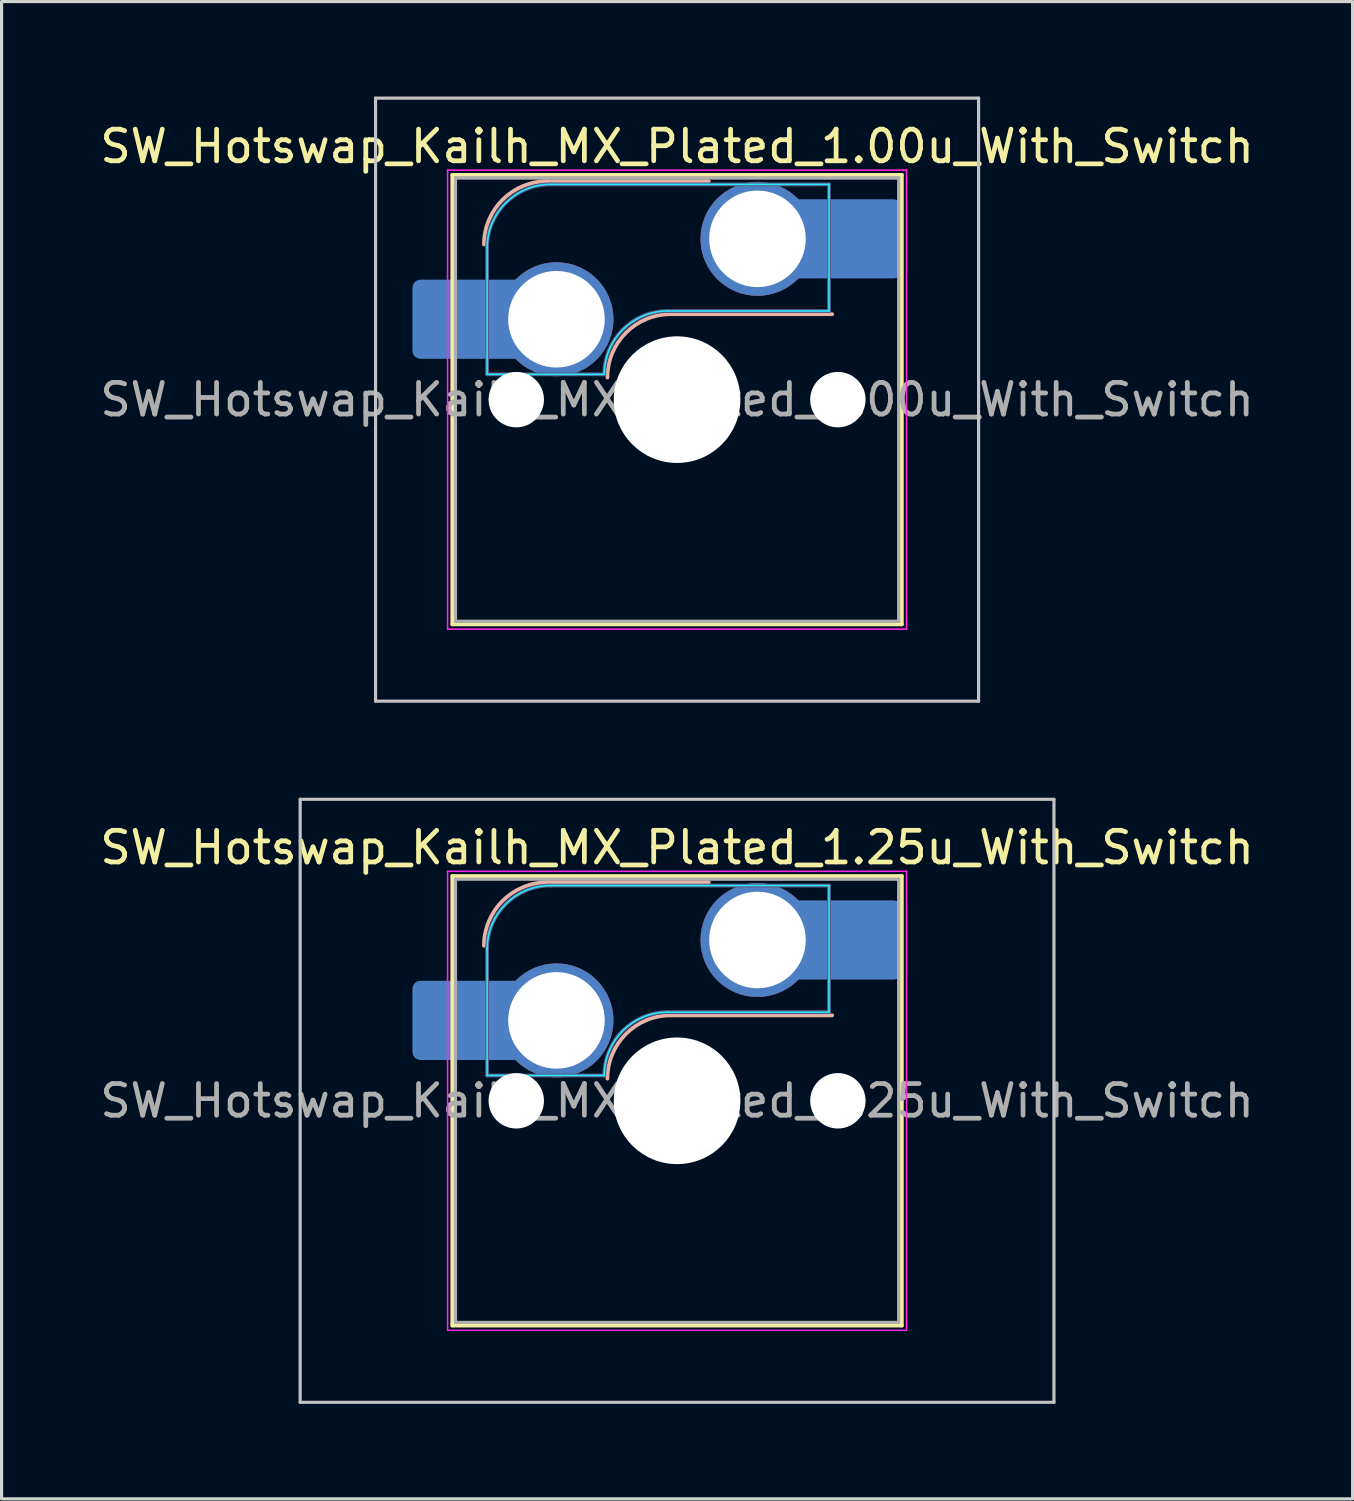
<source format=kicad_pcb>
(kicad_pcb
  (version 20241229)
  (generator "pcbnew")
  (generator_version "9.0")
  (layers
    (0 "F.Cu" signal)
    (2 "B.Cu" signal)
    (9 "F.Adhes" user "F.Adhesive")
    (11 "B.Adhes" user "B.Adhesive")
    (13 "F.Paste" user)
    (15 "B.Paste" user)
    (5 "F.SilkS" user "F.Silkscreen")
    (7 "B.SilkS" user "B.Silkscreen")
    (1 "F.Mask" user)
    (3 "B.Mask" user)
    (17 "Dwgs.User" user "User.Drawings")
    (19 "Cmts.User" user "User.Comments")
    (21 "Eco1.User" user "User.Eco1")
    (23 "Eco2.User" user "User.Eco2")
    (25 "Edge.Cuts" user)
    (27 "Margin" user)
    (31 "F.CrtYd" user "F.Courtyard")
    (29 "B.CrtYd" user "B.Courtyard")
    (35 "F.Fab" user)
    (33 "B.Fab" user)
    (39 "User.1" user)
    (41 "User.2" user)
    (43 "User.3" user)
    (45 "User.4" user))
  (footprint "SW_Hotswap_Kailh_MX_Plated_1.00u_With_Switch"
    (layer "F.Cu")
    (at 18.339 9.575)
    (property "Reference" "SW_Hotswap_Kailh_MX_Plated_1.00u_With_Switch" (at 0 -8 0) (layer "F.SilkS") (effects (font (size 1 1) (thickness 0.15))))
    (attr smd)
    (fp_line (start -7.1 -7.1) (end -7.1 7.1) (stroke (width 0.12) (type solid)) (layer "F.SilkS"))
    (fp_line (start -7.1 7.1) (end 7.1 7.1) (stroke (width 0.12) (type solid)) (layer "F.SilkS"))
    (fp_line (start 7.1 -7.1) (end -7.1 -7.1) (stroke (width 0.12) (type solid)) (layer "F.SilkS"))
    (fp_line (start 7.1 7.1) (end 7.1 -7.1) (stroke (width 0.12) (type solid)) (layer "F.SilkS"))
    (fp_line (start -4.1 -6.9) (end 1 -6.9) (stroke (width 0.12) (type solid)) (layer "B.SilkS"))
    (fp_line (start -0.2 -2.7) (end 4.9 -2.7) (stroke (width 0.12) (type solid)) (layer "B.SilkS"))
    (fp_arc (start -6.1 -4.9) (mid -5.514214 -6.314214) (end -4.1 -6.9) (stroke (width 0.12) (type solid)) (layer "B.SilkS"))
    (fp_arc (start -2.2 -0.7) (mid -1.614214 -2.114214) (end -0.2 -2.7) (stroke (width 0.12) (type solid)) (layer "B.SilkS"))
    (fp_line (start -9.525 -9.525) (end -9.525 9.525) (stroke (width 0.1) (type solid)) (layer "Dwgs.User"))
    (fp_line (start -9.525 9.525) (end 9.525 9.525) (stroke (width 0.1) (type solid)) (layer "Dwgs.User"))
    (fp_line (start 9.525 -9.525) (end -9.525 -9.525) (stroke (width 0.1) (type solid)) (layer "Dwgs.User"))
    (fp_line (start 9.525 9.525) (end 9.525 -9.525) (stroke (width 0.1) (type solid)) (layer "Dwgs.User"))
    (fp_line (start -7.8 -6) (end -7 -6) (stroke (width 0.1) (type solid)) (layer "Eco1.User"))
    (fp_line (start -7.8 -2.9) (end -7.8 -6) (stroke (width 0.1) (type solid)) (layer "Eco1.User"))
    (fp_line (start -7.8 2.9) (end -7 2.9) (stroke (width 0.1) (type solid)) (layer "Eco1.User"))
    (fp_line (start -7.8 6) (end -7.8 2.9) (stroke (width 0.1) (type solid)) (layer "Eco1.User"))
    (fp_line (start -7 -7) (end 7 -7) (stroke (width 0.1) (type solid)) (layer "Eco1.User"))
    (fp_line (start -7 -6) (end -7 -7) (stroke (width 0.1) (type solid)) (layer "Eco1.User"))
    (fp_line (start -7 -2.9) (end -7.8 -2.9) (stroke (width 0.1) (type solid)) (layer "Eco1.User"))
    (fp_line (start -7 2.9) (end -7 -2.9) (stroke (width 0.1) (type solid)) (layer "Eco1.User"))
    (fp_line (start -7 6) (end -7.8 6) (stroke (width 0.1) (type solid)) (layer "Eco1.User"))
    (fp_line (start -7 7) (end -7 6) (stroke (width 0.1) (type solid)) (layer "Eco1.User"))
    (fp_line (start 7 -7) (end 7 -6) (stroke (width 0.1) (type solid)) (layer "Eco1.User"))
    (fp_line (start 7 -6) (end 7.8 -6) (stroke (width 0.1) (type solid)) (layer "Eco1.User"))
    (fp_line (start 7 -2.9) (end 7 2.9) (stroke (width 0.1) (type solid)) (layer "Eco1.User"))
    (fp_line (start 7 2.9) (end 7.8 2.9) (stroke (width 0.1) (type solid)) (layer "Eco1.User"))
    (fp_line (start 7 6) (end 7 7) (stroke (width 0.1) (type solid)) (layer "Eco1.User"))
    (fp_line (start 7 7) (end -7 7) (stroke (width 0.1) (type solid)) (layer "Eco1.User"))
    (fp_line (start 7.8 -6) (end 7.8 -2.9) (stroke (width 0.1) (type solid)) (layer "Eco1.User"))
    (fp_line (start 7.8 -2.9) (end 7 -2.9) (stroke (width 0.1) (type solid)) (layer "Eco1.User"))
    (fp_line (start 7.8 2.9) (end 7.8 6) (stroke (width 0.1) (type solid)) (layer "Eco1.User"))
    (fp_line (start 7.8 6) (end 7 6) (stroke (width 0.1) (type solid)) (layer "Eco1.User"))
    (fp_line (start -6 -0.8) (end -6 -4.8) (stroke (width 0.05) (type solid)) (layer "B.CrtYd"))
    (fp_line (start -6 -0.8) (end -2.3 -0.8) (stroke (width 0.05) (type solid)) (layer "B.CrtYd"))
    (fp_line (start -4 -6.8) (end 4.8 -6.8) (stroke (width 0.05) (type solid)) (layer "B.CrtYd"))
    (fp_line (start -0.3 -2.8) (end 4.8 -2.8) (stroke (width 0.05) (type solid)) (layer "B.CrtYd"))
    (fp_line (start 4.8 -6.8) (end 4.8 -2.8) (stroke (width 0.05) (type solid)) (layer "B.CrtYd"))
    (fp_arc (start -6 -4.8) (mid -5.414214 -6.214214) (end -4 -6.8) (stroke (width 0.05) (type solid)) (layer "B.CrtYd"))
    (fp_arc (start -2.3 -0.8) (mid -1.714214 -2.214214) (end -0.3 -2.8) (stroke (width 0.05) (type solid)) (layer "B.CrtYd"))
    (fp_line (start -7.25 -7.25) (end -7.25 7.25) (stroke (width 0.05) (type solid)) (layer "F.CrtYd"))
    (fp_line (start -7.25 7.25) (end 7.25 7.25) (stroke (width 0.05) (type solid)) (layer "F.CrtYd"))
    (fp_line (start 7.25 -7.25) (end -7.25 -7.25) (stroke (width 0.05) (type solid)) (layer "F.CrtYd"))
    (fp_line (start 7.25 7.25) (end 7.25 -7.25) (stroke (width 0.05) (type solid)) (layer "F.CrtYd"))
    (fp_line (start -6 -0.8) (end -6 -4.8) (stroke (width 0.12) (type solid)) (layer "B.Fab"))
    (fp_line (start -6 -0.8) (end -2.3 -0.8) (stroke (width 0.12) (type solid)) (layer "B.Fab"))
    (fp_line (start -4 -6.8) (end 4.8 -6.8) (stroke (width 0.12) (type solid)) (layer "B.Fab"))
    (fp_line (start -0.3 -2.8) (end 4.8 -2.8) (stroke (width 0.12) (type solid)) (layer "B.Fab"))
    (fp_line (start 4.8 -6.8) (end 4.8 -2.8) (stroke (width 0.12) (type solid)) (layer "B.Fab"))
    (fp_arc (start -6 -4.8) (mid -5.414214 -6.214214) (end -4 -6.8) (stroke (width 0.12) (type solid)) (layer "B.Fab"))
    (fp_arc (start -2.3 -0.8) (mid -1.714214 -2.214214) (end -0.3 -2.8) (stroke (width 0.12) (type solid)) (layer "B.Fab"))
    (fp_line (start -7 -7) (end -7 7) (stroke (width 0.1) (type solid)) (layer "F.Fab"))
    (fp_line (start -7 7) (end 7 7) (stroke (width 0.1) (type solid)) (layer "F.Fab"))
    (fp_line (start 7 -7) (end -7 -7) (stroke (width 0.1) (type solid)) (layer "F.Fab"))
    (fp_line (start 7 7) (end 7 -7) (stroke (width 0.1) (type solid)) (layer "F.Fab"))
    (fp_text user "${REFERENCE}" (at 0 0 0) (layer "F.Fab") (effects (font (size 1 1) (thickness 0.15))))
    (pad "" smd roundrect (at -7.085 -2.54) (size 2.55 2.5) (layers "B.Mask" "B.Paste") (roundrect_rratio 0.1))
    (pad "" np_thru_hole circle (at -5.08 0) (size 1.75 1.75) (drill 1.75) (layers "*.Cu" "*.Mask"))
    (pad "" np_thru_hole circle (at 0 0) (size 4 4) (drill 4) (layers "*.Cu" "*.Mask"))
    (pad "" np_thru_hole circle (at 5.08 0) (size 1.75 1.75) (drill 1.75) (layers "*.Cu" "*.Mask"))
    (pad "" smd roundrect (at 5.842 -5.08) (size 2.55 2.5) (layers "B.Mask" "B.Paste") (roundrect_rratio 0.1))
    (pad "1" smd roundrect (at -6.585 -2.54) (size 3.55 2.5) (layers "B.Cu") (roundrect_rratio 0.1))
    (pad "1" thru_hole circle (at -3.81 -2.54) (size 3.6 3.6) (drill 3.05) (layers "*.Cu" "*.Mask"))
    (pad "2" thru_hole circle (at 2.54 -5.08) (size 3.6 3.6) (drill 3.05) (layers "*.Cu" "*.Mask"))
    (pad "2" smd roundrect (at 5.32 -5.08) (size 3.55 2.5) (layers "B.Cu") (roundrect_rratio 0.1)))
  (footprint "SW_Hotswap_Kailh_MX_Plated_1.25u_With_Switch"
    (layer "F.Cu")
    (at 18.339 31.725)
    (property "Reference" "SW_Hotswap_Kailh_MX_Plated_1.25u_With_Switch" (at 0 -8 0) (layer "F.SilkS") (effects (font (size 1 1) (thickness 0.15))))
    (attr smd)
    (fp_line (start -7.1 -7.1) (end -7.1 7.1) (stroke (width 0.12) (type solid)) (layer "F.SilkS"))
    (fp_line (start -7.1 7.1) (end 7.1 7.1) (stroke (width 0.12) (type solid)) (layer "F.SilkS"))
    (fp_line (start 7.1 -7.1) (end -7.1 -7.1) (stroke (width 0.12) (type solid)) (layer "F.SilkS"))
    (fp_line (start 7.1 7.1) (end 7.1 -7.1) (stroke (width 0.12) (type solid)) (layer "F.SilkS"))
    (fp_line (start -4.1 -6.9) (end 1 -6.9) (stroke (width 0.12) (type solid)) (layer "B.SilkS"))
    (fp_line (start -0.2 -2.7) (end 4.9 -2.7) (stroke (width 0.12) (type solid)) (layer "B.SilkS"))
    (fp_arc (start -6.1 -4.9) (mid -5.514214 -6.314214) (end -4.1 -6.9) (stroke (width 0.12) (type solid)) (layer "B.SilkS"))
    (fp_arc (start -2.2 -0.7) (mid -1.614214 -2.114214) (end -0.2 -2.7) (stroke (width 0.12) (type solid)) (layer "B.SilkS"))
    (fp_line (start -11.906 -9.525) (end -11.906 9.525) (stroke (width 0.1) (type solid)) (layer "Dwgs.User"))
    (fp_line (start -11.906 9.525) (end 11.906 9.525) (stroke (width 0.1) (type solid)) (layer "Dwgs.User"))
    (fp_line (start 11.906 -9.525) (end -11.906 -9.525) (stroke (width 0.1) (type solid)) (layer "Dwgs.User"))
    (fp_line (start 11.906 9.525) (end 11.906 -9.525) (stroke (width 0.1) (type solid)) (layer "Dwgs.User"))
    (fp_line (start -7.8 -6) (end -7 -6) (stroke (width 0.1) (type solid)) (layer "Eco1.User"))
    (fp_line (start -7.8 -2.9) (end -7.8 -6) (stroke (width 0.1) (type solid)) (layer "Eco1.User"))
    (fp_line (start -7.8 2.9) (end -7 2.9) (stroke (width 0.1) (type solid)) (layer "Eco1.User"))
    (fp_line (start -7.8 6) (end -7.8 2.9) (stroke (width 0.1) (type solid)) (layer "Eco1.User"))
    (fp_line (start -7 -7) (end 7 -7) (stroke (width 0.1) (type solid)) (layer "Eco1.User"))
    (fp_line (start -7 -6) (end -7 -7) (stroke (width 0.1) (type solid)) (layer "Eco1.User"))
    (fp_line (start -7 -2.9) (end -7.8 -2.9) (stroke (width 0.1) (type solid)) (layer "Eco1.User"))
    (fp_line (start -7 2.9) (end -7 -2.9) (stroke (width 0.1) (type solid)) (layer "Eco1.User"))
    (fp_line (start -7 6) (end -7.8 6) (stroke (width 0.1) (type solid)) (layer "Eco1.User"))
    (fp_line (start -7 7) (end -7 6) (stroke (width 0.1) (type solid)) (layer "Eco1.User"))
    (fp_line (start 7 -7) (end 7 -6) (stroke (width 0.1) (type solid)) (layer "Eco1.User"))
    (fp_line (start 7 -6) (end 7.8 -6) (stroke (width 0.1) (type solid)) (layer "Eco1.User"))
    (fp_line (start 7 -2.9) (end 7 2.9) (stroke (width 0.1) (type solid)) (layer "Eco1.User"))
    (fp_line (start 7 2.9) (end 7.8 2.9) (stroke (width 0.1) (type solid)) (layer "Eco1.User"))
    (fp_line (start 7 6) (end 7 7) (stroke (width 0.1) (type solid)) (layer "Eco1.User"))
    (fp_line (start 7 7) (end -7 7) (stroke (width 0.1) (type solid)) (layer "Eco1.User"))
    (fp_line (start 7.8 -6) (end 7.8 -2.9) (stroke (width 0.1) (type solid)) (layer "Eco1.User"))
    (fp_line (start 7.8 -2.9) (end 7 -2.9) (stroke (width 0.1) (type solid)) (layer "Eco1.User"))
    (fp_line (start 7.8 2.9) (end 7.8 6) (stroke (width 0.1) (type solid)) (layer "Eco1.User"))
    (fp_line (start 7.8 6) (end 7 6) (stroke (width 0.1) (type solid)) (layer "Eco1.User"))
    (fp_line (start -6 -0.8) (end -6 -4.8) (stroke (width 0.05) (type solid)) (layer "B.CrtYd"))
    (fp_line (start -6 -0.8) (end -2.3 -0.8) (stroke (width 0.05) (type solid)) (layer "B.CrtYd"))
    (fp_line (start -4 -6.8) (end 4.8 -6.8) (stroke (width 0.05) (type solid)) (layer "B.CrtYd"))
    (fp_line (start -0.3 -2.8) (end 4.8 -2.8) (stroke (width 0.05) (type solid)) (layer "B.CrtYd"))
    (fp_line (start 4.8 -6.8) (end 4.8 -2.8) (stroke (width 0.05) (type solid)) (layer "B.CrtYd"))
    (fp_arc (start -6 -4.8) (mid -5.414214 -6.214214) (end -4 -6.8) (stroke (width 0.05) (type solid)) (layer "B.CrtYd"))
    (fp_arc (start -2.3 -0.8) (mid -1.714214 -2.214214) (end -0.3 -2.8) (stroke (width 0.05) (type solid)) (layer "B.CrtYd"))
    (fp_line (start -7.25 -7.25) (end -7.25 7.25) (stroke (width 0.05) (type solid)) (layer "F.CrtYd"))
    (fp_line (start -7.25 7.25) (end 7.25 7.25) (stroke (width 0.05) (type solid)) (layer "F.CrtYd"))
    (fp_line (start 7.25 -7.25) (end -7.25 -7.25) (stroke (width 0.05) (type solid)) (layer "F.CrtYd"))
    (fp_line (start 7.25 7.25) (end 7.25 -7.25) (stroke (width 0.05) (type solid)) (layer "F.CrtYd"))
    (fp_line (start -6 -0.8) (end -6 -4.8) (stroke (width 0.12) (type solid)) (layer "B.Fab"))
    (fp_line (start -6 -0.8) (end -2.3 -0.8) (stroke (width 0.12) (type solid)) (layer "B.Fab"))
    (fp_line (start -4 -6.8) (end 4.8 -6.8) (stroke (width 0.12) (type solid)) (layer "B.Fab"))
    (fp_line (start -0.3 -2.8) (end 4.8 -2.8) (stroke (width 0.12) (type solid)) (layer "B.Fab"))
    (fp_line (start 4.8 -6.8) (end 4.8 -2.8) (stroke (width 0.12) (type solid)) (layer "B.Fab"))
    (fp_arc (start -6 -4.8) (mid -5.414214 -6.214214) (end -4 -6.8) (stroke (width 0.12) (type solid)) (layer "B.Fab"))
    (fp_arc (start -2.3 -0.8) (mid -1.714214 -2.214214) (end -0.3 -2.8) (stroke (width 0.12) (type solid)) (layer "B.Fab"))
    (fp_line (start -7 -7) (end -7 7) (stroke (width 0.1) (type solid)) (layer "F.Fab"))
    (fp_line (start -7 7) (end 7 7) (stroke (width 0.1) (type solid)) (layer "F.Fab"))
    (fp_line (start 7 -7) (end -7 -7) (stroke (width 0.1) (type solid)) (layer "F.Fab"))
    (fp_line (start 7 7) (end 7 -7) (stroke (width 0.1) (type solid)) (layer "F.Fab"))
    (fp_text user "${REFERENCE}" (at 0 0 0) (layer "F.Fab") (effects (font (size 1 1) (thickness 0.15))))
    (pad "" smd roundrect (at -7.085 -2.54) (size 2.55 2.5) (layers "B.Mask" "B.Paste") (roundrect_rratio 0.1))
    (pad "" np_thru_hole circle (at -5.08 0) (size 1.75 1.75) (drill 1.75) (layers "*.Cu" "*.Mask"))
    (pad "" np_thru_hole circle (at 0 0) (size 4 4) (drill 4) (layers "*.Cu" "*.Mask"))
    (pad "" np_thru_hole circle (at 5.08 0) (size 1.75 1.75) (drill 1.75) (layers "*.Cu" "*.Mask"))
    (pad "" smd roundrect (at 5.842 -5.08) (size 2.55 2.5) (layers "B.Mask" "B.Paste") (roundrect_rratio 0.1))
    (pad "1" smd roundrect (at -6.585 -2.54) (size 3.55 2.5) (layers "B.Cu") (roundrect_rratio 0.1))
    (pad "1" thru_hole circle (at -3.81 -2.54) (size 3.6 3.6) (drill 3.05) (layers "*.Cu" "*.Mask"))
    (pad "2" thru_hole circle (at 2.54 -5.08) (size 3.6 3.6) (drill 3.05) (layers "*.Cu" "*.Mask"))
    (pad "2" smd roundrect (at 5.32 -5.08) (size 3.55 2.5) (layers "B.Cu") (roundrect_rratio 0.1)))
  (gr_rect
    (start -3 -3)
    (end 39.679 44.3)
    (stroke (width 0.1) (type default))
    (fill no)
    (layer "Edge.Cuts")))
</source>
